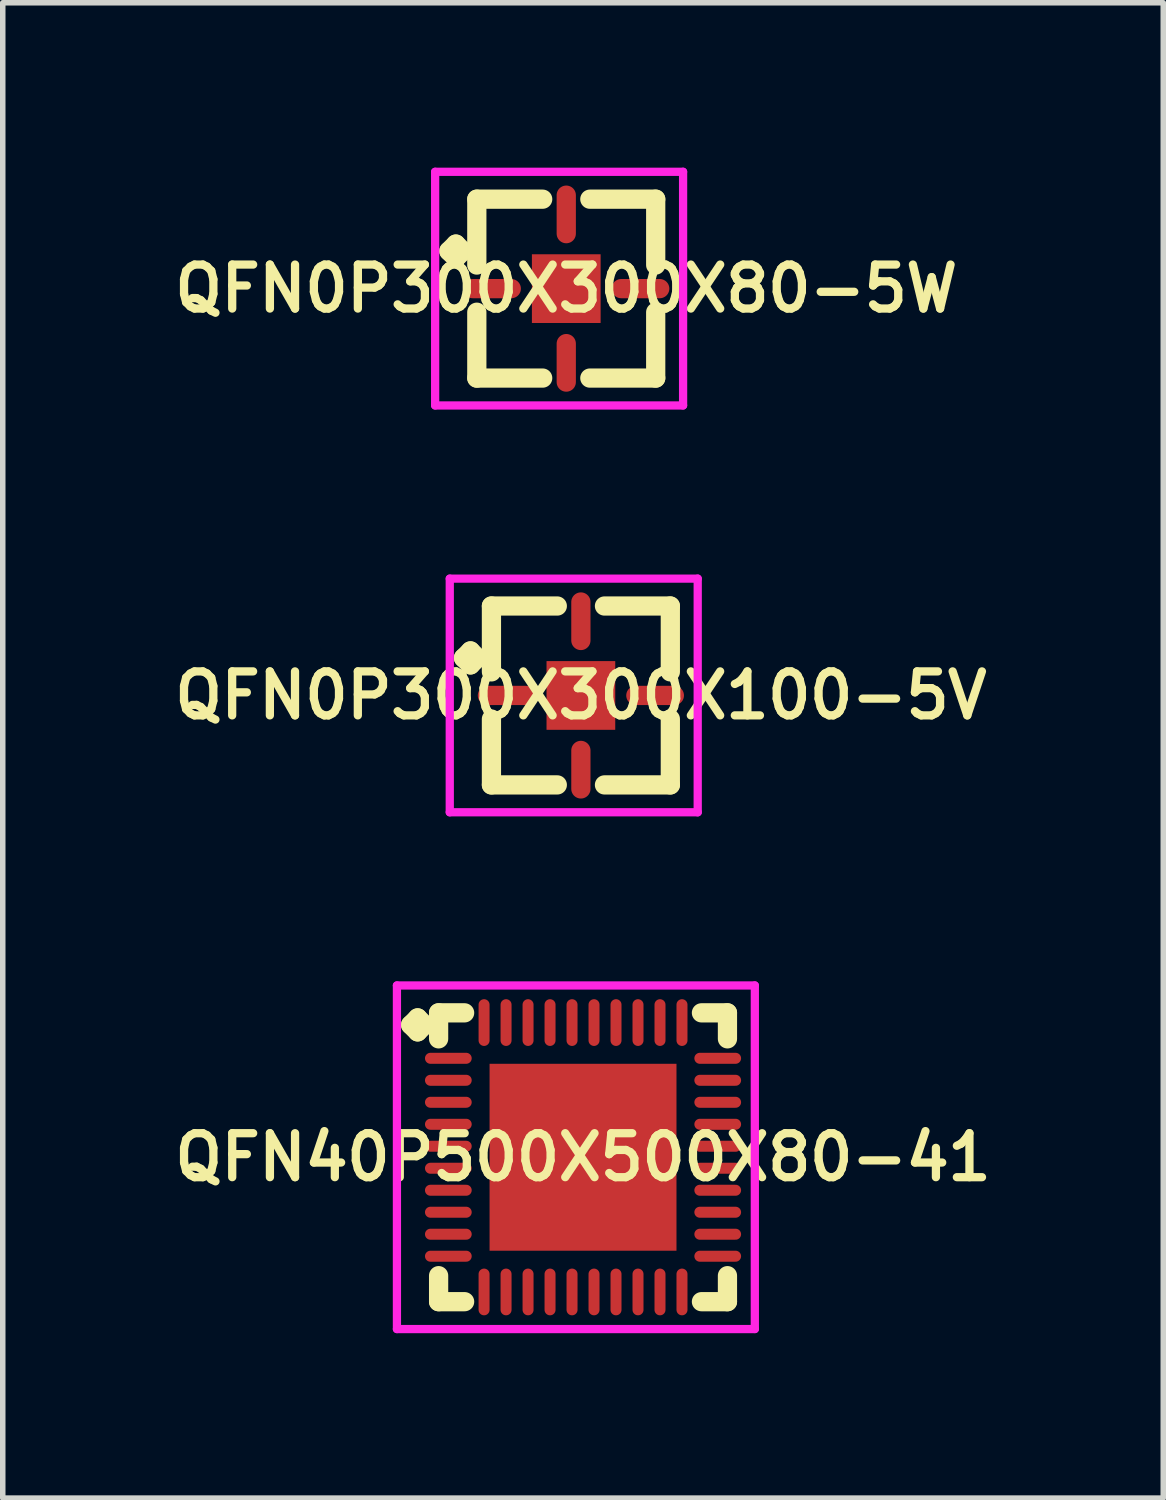
<source format=kicad_pcb>
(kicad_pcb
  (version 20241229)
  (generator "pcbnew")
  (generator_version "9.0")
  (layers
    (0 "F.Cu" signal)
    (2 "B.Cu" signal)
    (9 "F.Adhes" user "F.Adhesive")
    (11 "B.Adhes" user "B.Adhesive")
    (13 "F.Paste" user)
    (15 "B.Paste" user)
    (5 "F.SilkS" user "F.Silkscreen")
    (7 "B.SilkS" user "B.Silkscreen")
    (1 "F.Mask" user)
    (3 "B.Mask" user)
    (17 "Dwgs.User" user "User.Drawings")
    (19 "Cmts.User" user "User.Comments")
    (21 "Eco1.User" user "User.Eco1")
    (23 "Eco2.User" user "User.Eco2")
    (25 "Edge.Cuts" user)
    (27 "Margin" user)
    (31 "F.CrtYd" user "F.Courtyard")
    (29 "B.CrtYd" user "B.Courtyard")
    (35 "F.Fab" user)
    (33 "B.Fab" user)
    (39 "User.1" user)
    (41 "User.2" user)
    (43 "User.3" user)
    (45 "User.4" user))
  (footprint "QFN40P500X500X80-41"
    (layer "F.Cu")
    (at 7.555 18)
    (property "Reference" "QFN40P500X500X80-41" (at 0 0 0) (layer "F.SilkS") (effects (font (size 0.8 0.8) (thickness 0.15))))
    (attr smd)
    (fp_line (start -3.135 -2.408) (end -3.008 -2.535) (stroke (width 0.35) (type solid)) (layer "F.SilkS"))
    (fp_line (start -3.008 -2.535) (end -2.881 -2.408) (stroke (width 0.35) (type solid)) (layer "F.SilkS"))
    (fp_line (start -3.008 -2.281) (end -3.135 -2.408) (stroke (width 0.35) (type solid)) (layer "F.SilkS"))
    (fp_line (start -2.881 -2.408) (end -3.008 -2.281) (stroke (width 0.35) (type solid)) (layer "F.SilkS"))
    (fp_line (start -2.627 -2.627) (end -2.154 -2.627) (stroke (width 0.35) (type solid)) (layer "F.SilkS"))
    (fp_line (start -2.627 -2.154) (end -2.627 -2.627) (stroke (width 0.35) (type solid)) (layer "F.SilkS"))
    (fp_line (start -2.627 2.154) (end -2.627 2.627) (stroke (width 0.35) (type solid)) (layer "F.SilkS"))
    (fp_line (start -2.627 2.627) (end -2.154 2.627) (stroke (width 0.35) (type solid)) (layer "F.SilkS"))
    (fp_line (start 2.154 -2.627) (end 2.627 -2.627) (stroke (width 0.35) (type solid)) (layer "F.SilkS"))
    (fp_line (start 2.154 2.627) (end 2.627 2.627) (stroke (width 0.35) (type solid)) (layer "F.SilkS"))
    (fp_line (start 2.627 -2.627) (end 2.627 -2.154) (stroke (width 0.35) (type solid)) (layer "F.SilkS"))
    (fp_line (start 2.627 2.627) (end 2.627 2.154) (stroke (width 0.35) (type solid)) (layer "F.SilkS"))
    (fp_line (start -3.385 -3.125) (end 3.125 -3.125) (stroke (width 0.15) (type solid)) (layer "F.CrtYd"))
    (fp_line (start -3.385 3.125) (end -3.385 -3.125) (stroke (width 0.15) (type solid)) (layer "F.CrtYd"))
    (fp_line (start 3.125 -3.125) (end 3.125 3.125) (stroke (width 0.15) (type solid)) (layer "F.CrtYd"))
    (fp_line (start 3.125 3.125) (end -3.385 3.125) (stroke (width 0.15) (type solid)) (layer "F.CrtYd"))
    (pad "1" smd oval (at -2.45 -1.8) (size 0.85 0.2) (layers "F.Cu" "F.Mask" "F.Paste"))
    (pad "2" smd oval (at -2.45 -1.4) (size 0.85 0.2) (layers "F.Cu" "F.Mask" "F.Paste"))
    (pad "3" smd oval (at -2.45 -1) (size 0.85 0.2) (layers "F.Cu" "F.Mask" "F.Paste"))
    (pad "4" smd oval (at -2.45 -0.6) (size 0.85 0.2) (layers "F.Cu" "F.Mask" "F.Paste"))
    (pad "5" smd oval (at -2.45 -0.2) (size 0.85 0.2) (layers "F.Cu" "F.Mask" "F.Paste"))
    (pad "6" smd oval (at -2.45 0.2) (size 0.85 0.2) (layers "F.Cu" "F.Mask" "F.Paste"))
    (pad "7" smd oval (at -2.45 0.6) (size 0.85 0.2) (layers "F.Cu" "F.Mask" "F.Paste"))
    (pad "8" smd oval (at -2.45 1) (size 0.85 0.2) (layers "F.Cu" "F.Mask" "F.Paste"))
    (pad "9" smd oval (at -2.45 1.4) (size 0.85 0.2) (layers "F.Cu" "F.Mask" "F.Paste"))
    (pad "10" smd oval (at -2.45 1.8) (size 0.85 0.2) (layers "F.Cu" "F.Mask" "F.Paste"))
    (pad "11" smd oval (at -1.8 2.45) (size 0.2 0.85) (layers "F.Cu" "F.Mask" "F.Paste"))
    (pad "12" smd oval (at -1.4 2.45) (size 0.2 0.85) (layers "F.Cu" "F.Mask" "F.Paste"))
    (pad "13" smd oval (at -1 2.45) (size 0.2 0.85) (layers "F.Cu" "F.Mask" "F.Paste"))
    (pad "14" smd oval (at -0.6 2.45) (size 0.2 0.85) (layers "F.Cu" "F.Mask" "F.Paste"))
    (pad "15" smd oval (at -0.2 2.45) (size 0.2 0.85) (layers "F.Cu" "F.Mask" "F.Paste"))
    (pad "16" smd oval (at 0.2 2.45) (size 0.2 0.85) (layers "F.Cu" "F.Mask" "F.Paste"))
    (pad "17" smd oval (at 0.6 2.45) (size 0.2 0.85) (layers "F.Cu" "F.Mask" "F.Paste"))
    (pad "18" smd oval (at 1 2.45) (size 0.2 0.85) (layers "F.Cu" "F.Mask" "F.Paste"))
    (pad "19" smd oval (at 1.4 2.45) (size 0.2 0.85) (layers "F.Cu" "F.Mask" "F.Paste"))
    (pad "20" smd oval (at 1.8 2.45) (size 0.2 0.85) (layers "F.Cu" "F.Mask" "F.Paste"))
    (pad "21" smd oval (at 2.45 1.8) (size 0.85 0.2) (layers "F.Cu" "F.Mask" "F.Paste"))
    (pad "22" smd oval (at 2.45 1.4) (size 0.85 0.2) (layers "F.Cu" "F.Mask" "F.Paste"))
    (pad "23" smd oval (at 2.45 1) (size 0.85 0.2) (layers "F.Cu" "F.Mask" "F.Paste"))
    (pad "24" smd oval (at 2.45 0.6) (size 0.85 0.2) (layers "F.Cu" "F.Mask" "F.Paste"))
    (pad "25" smd oval (at 2.45 0.2) (size 0.85 0.2) (layers "F.Cu" "F.Mask" "F.Paste"))
    (pad "26" smd oval (at 2.45 -0.2) (size 0.85 0.2) (layers "F.Cu" "F.Mask" "F.Paste"))
    (pad "27" smd oval (at 2.45 -0.6) (size 0.85 0.2) (layers "F.Cu" "F.Mask" "F.Paste"))
    (pad "28" smd oval (at 2.45 -1) (size 0.85 0.2) (layers "F.Cu" "F.Mask" "F.Paste"))
    (pad "29" smd oval (at 2.45 -1.4) (size 0.85 0.2) (layers "F.Cu" "F.Mask" "F.Paste"))
    (pad "30" smd oval (at 2.45 -1.8) (size 0.85 0.2) (layers "F.Cu" "F.Mask" "F.Paste"))
    (pad "31" smd oval (at 1.8 -2.45) (size 0.2 0.85) (layers "F.Cu" "F.Mask" "F.Paste"))
    (pad "32" smd oval (at 1.4 -2.45) (size 0.2 0.85) (layers "F.Cu" "F.Mask" "F.Paste"))
    (pad "33" smd oval (at 1 -2.45) (size 0.2 0.85) (layers "F.Cu" "F.Mask" "F.Paste"))
    (pad "34" smd oval (at 0.6 -2.45) (size 0.2 0.85) (layers "F.Cu" "F.Mask" "F.Paste"))
    (pad "35" smd oval (at 0.2 -2.45) (size 0.2 0.85) (layers "F.Cu" "F.Mask" "F.Paste"))
    (pad "36" smd oval (at -0.2 -2.45) (size 0.2 0.85) (layers "F.Cu" "F.Mask" "F.Paste"))
    (pad "37" smd oval (at -0.6 -2.45) (size 0.2 0.85) (layers "F.Cu" "F.Mask" "F.Paste"))
    (pad "38" smd oval (at -1 -2.45) (size 0.2 0.85) (layers "F.Cu" "F.Mask" "F.Paste"))
    (pad "39" smd oval (at -1.4 -2.45) (size 0.2 0.85) (layers "F.Cu" "F.Mask" "F.Paste"))
    (pad "40" smd oval (at -1.8 -2.45) (size 0.2 0.85) (layers "F.Cu" "F.Mask" "F.Paste"))
    (pad "41" smd rect (at 0 0) (size 3.4 3.4) (layers "F.Cu" "F.Mask" "F.Paste")))
  (footprint "QFN0P300X300X80-5W"
    (layer "F.Cu")
    (at 7.25 2.2)
    (property "Reference" "QFN0P300X300X80-5W" (at 0 0 0) (layer "F.SilkS") (effects (font (size 0.8 0.8) (thickness 0.15))))
    (attr smd)
    (fp_line (start -2.135 -0.683) (end -2.008 -0.81) (stroke (width 0.35) (type solid)) (layer "F.SilkS"))
    (fp_line (start -2.008 -0.81) (end -1.881 -0.683) (stroke (width 0.35) (type solid)) (layer "F.SilkS"))
    (fp_line (start -2.008 -0.556) (end -2.135 -0.683) (stroke (width 0.35) (type solid)) (layer "F.SilkS"))
    (fp_line (start -1.881 -0.683) (end -2.008 -0.556) (stroke (width 0.35) (type solid)) (layer "F.SilkS"))
    (fp_line (start -1.627 -1.627) (end -0.429 -1.627) (stroke (width 0.35) (type solid)) (layer "F.SilkS"))
    (fp_line (start -1.627 -0.429) (end -1.627 -1.627) (stroke (width 0.35) (type solid)) (layer "F.SilkS"))
    (fp_line (start -1.627 0.429) (end -1.627 1.627) (stroke (width 0.35) (type solid)) (layer "F.SilkS"))
    (fp_line (start -1.627 1.627) (end -0.429 1.627) (stroke (width 0.35) (type solid)) (layer "F.SilkS"))
    (fp_line (start 0.429 -1.627) (end 1.627 -1.627) (stroke (width 0.35) (type solid)) (layer "F.SilkS"))
    (fp_line (start 0.429 1.627) (end 1.627 1.627) (stroke (width 0.35) (type solid)) (layer "F.SilkS"))
    (fp_line (start 1.627 -1.627) (end 1.627 -0.429) (stroke (width 0.35) (type solid)) (layer "F.SilkS"))
    (fp_line (start 1.627 1.627) (end 1.627 0.429) (stroke (width 0.35) (type solid)) (layer "F.SilkS"))
    (fp_line (start -2.385 -2.125) (end 2.125 -2.125) (stroke (width 0.15) (type solid)) (layer "F.CrtYd"))
    (fp_line (start -2.385 2.125) (end -2.385 -2.125) (stroke (width 0.15) (type solid)) (layer "F.CrtYd"))
    (fp_line (start 2.125 -2.125) (end 2.125 2.125) (stroke (width 0.15) (type solid)) (layer "F.CrtYd"))
    (fp_line (start 2.125 2.125) (end -2.385 2.125) (stroke (width 0.15) (type solid)) (layer "F.CrtYd"))
    (pad "1" smd oval (at -1.35 0) (size 1.05 0.35) (layers "F.Cu" "F.Mask" "F.Paste"))
    (pad "2" smd oval (at 0 1.35) (size 0.35 1.05) (layers "F.Cu" "F.Mask" "F.Paste"))
    (pad "3" smd oval (at 1.35 0) (size 1.05 0.35) (layers "F.Cu" "F.Mask" "F.Paste"))
    (pad "4" smd oval (at 0 -1.35) (size 0.35 1.05) (layers "F.Cu" "F.Mask" "F.Paste"))
    (pad "5" smd rect (at 0 0) (size 1.25 1.25) (layers "F.Cu" "F.Mask" "F.Paste")))
  (footprint "QFN0P300X300X100-5V"
    (layer "F.Cu")
    (at 7.516 9.6)
    (property "Reference" "QFN0P300X300X100-5V" (at 0 0 0) (layer "F.SilkS") (effects (font (size 0.8 0.8) (thickness 0.15))))
    (attr smd)
    (fp_line (start -2.135 -0.683) (end -2.008 -0.81) (stroke (width 0.35) (type solid)) (layer "F.SilkS"))
    (fp_line (start -2.008 -0.81) (end -1.881 -0.683) (stroke (width 0.35) (type solid)) (layer "F.SilkS"))
    (fp_line (start -2.008 -0.556) (end -2.135 -0.683) (stroke (width 0.35) (type solid)) (layer "F.SilkS"))
    (fp_line (start -1.881 -0.683) (end -2.008 -0.556) (stroke (width 0.35) (type solid)) (layer "F.SilkS"))
    (fp_line (start -1.627 -1.627) (end -0.429 -1.627) (stroke (width 0.35) (type solid)) (layer "F.SilkS"))
    (fp_line (start -1.627 -0.429) (end -1.627 -1.627) (stroke (width 0.35) (type solid)) (layer "F.SilkS"))
    (fp_line (start -1.627 0.429) (end -1.627 1.627) (stroke (width 0.35) (type solid)) (layer "F.SilkS"))
    (fp_line (start -1.627 1.627) (end -0.429 1.627) (stroke (width 0.35) (type solid)) (layer "F.SilkS"))
    (fp_line (start 0.429 -1.627) (end 1.627 -1.627) (stroke (width 0.35) (type solid)) (layer "F.SilkS"))
    (fp_line (start 0.429 1.627) (end 1.627 1.627) (stroke (width 0.35) (type solid)) (layer "F.SilkS"))
    (fp_line (start 1.627 -1.627) (end 1.627 -0.429) (stroke (width 0.35) (type solid)) (layer "F.SilkS"))
    (fp_line (start 1.627 1.627) (end 1.627 0.429) (stroke (width 0.35) (type solid)) (layer "F.SilkS"))
    (fp_line (start -2.385 -2.125) (end 2.125 -2.125) (stroke (width 0.15) (type solid)) (layer "F.CrtYd"))
    (fp_line (start -2.385 2.125) (end -2.385 -2.125) (stroke (width 0.15) (type solid)) (layer "F.CrtYd"))
    (fp_line (start 2.125 -2.125) (end 2.125 2.125) (stroke (width 0.15) (type solid)) (layer "F.CrtYd"))
    (fp_line (start 2.125 2.125) (end -2.385 2.125) (stroke (width 0.15) (type solid)) (layer "F.CrtYd"))
    (pad "1" smd oval (at -1.35 0) (size 1.05 0.35) (layers "F.Cu" "F.Mask" "F.Paste"))
    (pad "2" smd oval (at 0 1.35) (size 0.35 1.05) (layers "F.Cu" "F.Mask" "F.Paste"))
    (pad "3" smd oval (at 1.35 0) (size 1.05 0.35) (layers "F.Cu" "F.Mask" "F.Paste"))
    (pad "4" smd oval (at 0 -1.35) (size 0.35 1.05) (layers "F.Cu" "F.Mask" "F.Paste"))
    (pad "5" smd rect (at 0 0) (size 1.25 1.25) (layers "F.Cu" "F.Mask" "F.Paste")))
  (gr_rect
    (start -3 -3)
    (end 18.109 24.2)
    (stroke (width 0.1) (type default))
    (fill no)
    (layer "Edge.Cuts")))
</source>
